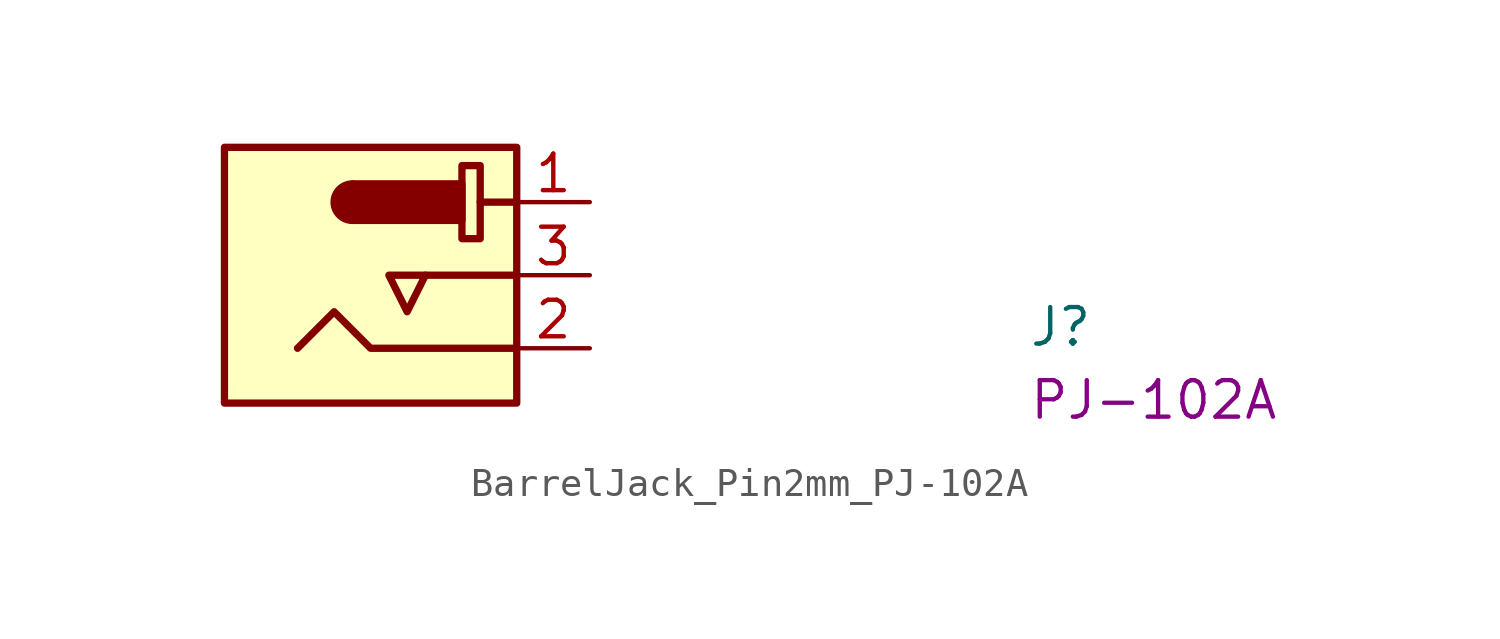
<source format=kicad_sym>
(kicad_symbol_lib
  (version 20220914)
  (generator kicad_symbol_editor)
  (symbol "BarrelJack_Pin2mm_PJ-102A"
    (property "Reference" "J"
      (at 15.24 -5.08 0)
      (effects (font (size 1.27 1.27) (thickness 0.15)) (justify left bottom)))
    (property "MPN" "PJ-102A"
      (at 15.24 -7.62 0)
      (effects (font (size 1.27 1.27) (thickness 0.15)) (justify left bottom)))
    (symbol "BarrelJack_Pin2mm_PJ-102A_1_1"
      (rectangle (start -12.7 1.905) (end -2.54 -6.985) (stroke (width 0.254) (type default)) (fill (type background)))
      (arc (start -8.255 0.635) (mid -8.8873 0) (end -8.255 -0.635) (stroke (width 0.254) (type default)) (fill (type outline)))
      (rectangle (start -8.255 0.635) (end -4.445 -0.635) (stroke (width 0.254) (type default)) (fill (type outline)))
      (rectangle (start -4.445 1.27) (end -3.81 -1.27) (stroke (width 0.254) (type default)) (fill (type none)))
      (polyline (pts (xy -2.54 -2.54) (xy -5.715 -2.54)) (stroke (width 0.254) (type default)) (fill (type background)))
      (polyline (pts (xy -2.54 0) (xy -3.81 0)) (stroke (width 0.254) (type default)) (fill (type background)))
      (polyline (pts (xy -2.54 -5.08) (xy -7.62 -5.08) (xy -8.89 -3.81) (xy -10.16 -5.08)) (stroke (width 0.254) (type default)) (fill (type none)))
      (polyline (pts (xy -6.35 -2.54) (xy -6.985 -2.54) (xy -6.35 -3.81) (xy -5.715 -2.54) (xy -6.35 -2.54)) (stroke (width 0.254) (type default)) (fill (type none)))
      (pin passive line (at 0 0 180) (length 2.54) (name "~" (effects (font (size 1.27 1.27)))) (number "1" (effects (font (size 1.27 1.27)))))
      (pin passive line (at 0 -5.08 180) (length 2.54) (name "~" (effects (font (size 1.27 1.27)))) (number "2" (effects (font (size 1.27 1.27)))))
      (pin passive line (at 0 -2.54 180) (length 2.54) (name "~" (effects (font (size 1.27 1.27)))) (number "3" (effects (font (size 1.27 1.27))))))))
</source>
